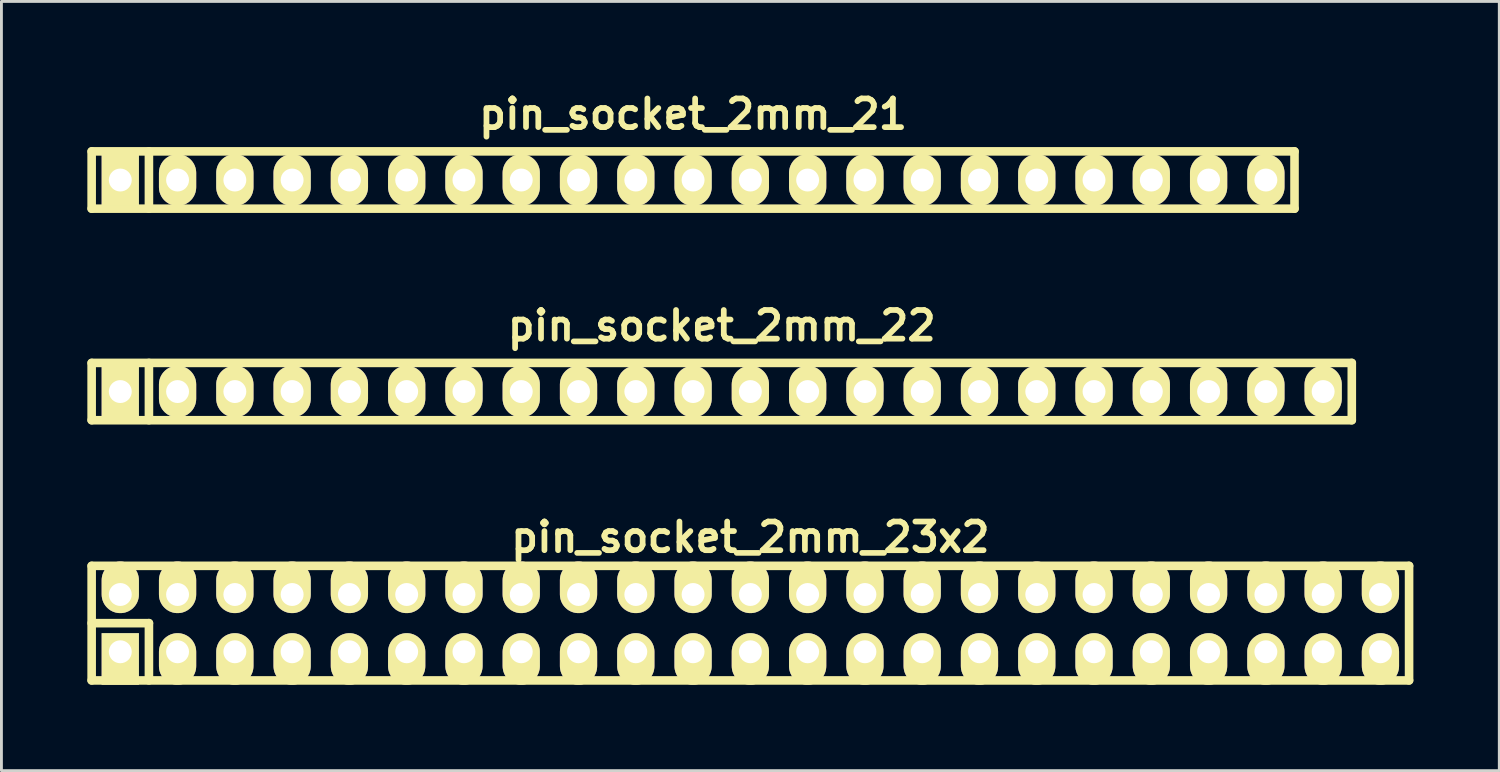
<source format=kicad_pcb>
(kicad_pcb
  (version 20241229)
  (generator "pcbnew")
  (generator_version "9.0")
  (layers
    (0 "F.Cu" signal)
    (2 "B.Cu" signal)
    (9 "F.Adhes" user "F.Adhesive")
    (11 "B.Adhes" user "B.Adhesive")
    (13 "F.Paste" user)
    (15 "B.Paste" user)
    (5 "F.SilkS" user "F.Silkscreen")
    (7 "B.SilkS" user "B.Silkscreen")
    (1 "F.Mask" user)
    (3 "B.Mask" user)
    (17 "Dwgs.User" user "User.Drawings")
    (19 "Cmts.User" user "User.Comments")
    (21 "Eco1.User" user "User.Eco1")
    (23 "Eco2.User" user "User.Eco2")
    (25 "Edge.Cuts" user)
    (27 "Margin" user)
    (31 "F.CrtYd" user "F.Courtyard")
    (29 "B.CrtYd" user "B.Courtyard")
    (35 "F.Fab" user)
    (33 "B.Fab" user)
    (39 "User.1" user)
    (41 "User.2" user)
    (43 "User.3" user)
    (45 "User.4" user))
  (footprint "pin_socket_2mm_22"
    (layer "F.Cu")
    (at 22.15 10.622)
    (property "Reference" "pin_socket_2mm_22" (at 0 -2.3 0) (layer "F.SilkS") (effects (font (size 1 1) (thickness 0.2))))
    (attr through_hole)
    (fp_line (start -22 -1) (end 22 -1) (stroke (width 0.3) (type solid)) (layer "F.SilkS"))
    (fp_line (start -22 1) (end -22 -1) (stroke (width 0.3) (type solid)) (layer "F.SilkS"))
    (fp_line (start -20 -1) (end -20 1) (stroke (width 0.3) (type solid)) (layer "F.SilkS"))
    (fp_line (start 22 -1) (end 22 1) (stroke (width 0.3) (type solid)) (layer "F.SilkS"))
    (fp_line (start 22 1) (end -22 1) (stroke (width 0.3) (type solid)) (layer "F.SilkS"))
    (pad "1" thru_hole rect (at -21 0) (size 1.3 1.8) (drill 0.8) (layers "*.Cu" "*.Mask" "F.SilkS"))
    (pad "2" thru_hole oval (at -19 0) (size 1.3 1.8) (drill 0.8) (layers "*.Cu" "*.Mask" "F.SilkS"))
    (pad "3" thru_hole oval (at -17 0) (size 1.3 1.8) (drill 0.8) (layers "*.Cu" "*.Mask" "F.SilkS"))
    (pad "4" thru_hole oval (at -15 0) (size 1.3 1.8) (drill 0.8) (layers "*.Cu" "*.Mask" "F.SilkS"))
    (pad "5" thru_hole oval (at -13 0) (size 1.3 1.8) (drill 0.8) (layers "*.Cu" "*.Mask" "F.SilkS"))
    (pad "6" thru_hole oval (at -11 0) (size 1.3 1.8) (drill 0.8) (layers "*.Cu" "*.Mask" "F.SilkS"))
    (pad "7" thru_hole oval (at -9 0) (size 1.3 1.8) (drill 0.8) (layers "*.Cu" "*.Mask" "F.SilkS"))
    (pad "8" thru_hole oval (at -7 0) (size 1.3 1.8) (drill 0.8) (layers "*.Cu" "*.Mask" "F.SilkS"))
    (pad "9" thru_hole oval (at -5 0) (size 1.3 1.8) (drill 0.8) (layers "*.Cu" "*.Mask" "F.SilkS"))
    (pad "10" thru_hole oval (at -3 0) (size 1.3 1.8) (drill 0.8) (layers "*.Cu" "*.Mask" "F.SilkS"))
    (pad "11" thru_hole oval (at -1 0) (size 1.3 1.8) (drill 0.8) (layers "*.Cu" "*.Mask" "F.SilkS"))
    (pad "12" thru_hole oval (at 1 0) (size 1.3 1.8) (drill 0.8) (layers "*.Cu" "*.Mask" "F.SilkS"))
    (pad "13" thru_hole oval (at 3 0) (size 1.3 1.8) (drill 0.8) (layers "*.Cu" "*.Mask" "F.SilkS"))
    (pad "14" thru_hole oval (at 5 0) (size 1.3 1.8) (drill 0.8) (layers "*.Cu" "*.Mask" "F.SilkS"))
    (pad "15" thru_hole oval (at 7 0) (size 1.3 1.8) (drill 0.8) (layers "*.Cu" "*.Mask" "F.SilkS"))
    (pad "16" thru_hole oval (at 9 0) (size 1.3 1.8) (drill 0.8) (layers "*.Cu" "*.Mask" "F.SilkS"))
    (pad "17" thru_hole oval (at 11 0) (size 1.3 1.8) (drill 0.8) (layers "*.Cu" "*.Mask" "F.SilkS"))
    (pad "18" thru_hole oval (at 13 0) (size 1.3 1.8) (drill 0.8) (layers "*.Cu" "*.Mask" "F.SilkS"))
    (pad "19" thru_hole oval (at 15 0) (size 1.3 1.8) (drill 0.8) (layers "*.Cu" "*.Mask" "F.SilkS"))
    (pad "20" thru_hole oval (at 17 0) (size 1.3 1.8) (drill 0.8) (layers "*.Cu" "*.Mask" "F.SilkS"))
    (pad "21" thru_hole oval (at 19 0) (size 1.3 1.8) (drill 0.8) (layers "*.Cu" "*.Mask" "F.SilkS"))
    (pad "22" thru_hole oval (at 21 0) (size 1.3 1.8) (drill 0.8) (layers "*.Cu" "*.Mask" "F.SilkS")))
  (footprint "pin_socket_2mm_23x2"
    (layer "F.Cu")
    (at 23.15 18.708)
    (property "Reference" "pin_socket_2mm_23x2" (at 0 -3 0) (layer "F.SilkS") (effects (font (size 1 1) (thickness 0.2))))
    (attr through_hole)
    (fp_line (start -23 -2) (end 23 -2) (stroke (width 0.3) (type solid)) (layer "F.SilkS"))
    (fp_line (start -23 0) (end -21 0) (stroke (width 0.3) (type solid)) (layer "F.SilkS"))
    (fp_line (start -23 2) (end -23 -2) (stroke (width 0.3) (type solid)) (layer "F.SilkS"))
    (fp_line (start -21 0) (end -21 2) (stroke (width 0.3) (type solid)) (layer "F.SilkS"))
    (fp_line (start 23 -2) (end 23 2) (stroke (width 0.3) (type solid)) (layer "F.SilkS"))
    (fp_line (start 23 2) (end -23 2) (stroke (width 0.3) (type solid)) (layer "F.SilkS"))
    (pad "1" thru_hole rect (at -22 1) (size 1.3 1.8) (drill 0.8 (offset 0 0.25)) (layers "*.Cu" "*.Mask" "F.SilkS"))
    (pad "2" thru_hole oval (at -22 -1) (size 1.3 1.8) (drill 0.8 (offset 0 -0.25)) (layers "*.Cu" "*.Mask" "F.SilkS"))
    (pad "3" thru_hole oval (at -20 1) (size 1.3 1.8) (drill 0.8 (offset 0 0.25)) (layers "*.Cu" "*.Mask" "F.SilkS"))
    (pad "4" thru_hole oval (at -20 -1) (size 1.3 1.8) (drill 0.8 (offset 0 -0.25)) (layers "*.Cu" "*.Mask" "F.SilkS"))
    (pad "5" thru_hole oval (at -18 1) (size 1.3 1.8) (drill 0.8 (offset 0 0.25)) (layers "*.Cu" "*.Mask" "F.SilkS"))
    (pad "6" thru_hole oval (at -18 -1) (size 1.3 1.8) (drill 0.8 (offset 0 -0.25)) (layers "*.Cu" "*.Mask" "F.SilkS"))
    (pad "7" thru_hole oval (at -16 1) (size 1.3 1.8) (drill 0.8 (offset 0 0.25)) (layers "*.Cu" "*.Mask" "F.SilkS"))
    (pad "8" thru_hole oval (at -16 -1) (size 1.3 1.8) (drill 0.8 (offset 0 -0.25)) (layers "*.Cu" "*.Mask" "F.SilkS"))
    (pad "9" thru_hole oval (at -14 1) (size 1.3 1.8) (drill 0.8 (offset 0 0.25)) (layers "*.Cu" "*.Mask" "F.SilkS"))
    (pad "10" thru_hole oval (at -14 -1) (size 1.3 1.8) (drill 0.8 (offset 0 -0.25)) (layers "*.Cu" "*.Mask" "F.SilkS"))
    (pad "11" thru_hole oval (at -12 1) (size 1.3 1.8) (drill 0.8 (offset 0 0.25)) (layers "*.Cu" "*.Mask" "F.SilkS"))
    (pad "12" thru_hole oval (at -12 -1) (size 1.3 1.8) (drill 0.8 (offset 0 -0.25)) (layers "*.Cu" "*.Mask" "F.SilkS"))
    (pad "13" thru_hole oval (at -10 1) (size 1.3 1.8) (drill 0.8 (offset 0 0.25)) (layers "*.Cu" "*.Mask" "F.SilkS"))
    (pad "14" thru_hole oval (at -10 -1) (size 1.3 1.8) (drill 0.8 (offset 0 -0.25)) (layers "*.Cu" "*.Mask" "F.SilkS"))
    (pad "15" thru_hole oval (at -8 1) (size 1.3 1.8) (drill 0.8 (offset 0 0.25)) (layers "*.Cu" "*.Mask" "F.SilkS"))
    (pad "16" thru_hole oval (at -8 -1) (size 1.3 1.8) (drill 0.8 (offset 0 -0.25)) (layers "*.Cu" "*.Mask" "F.SilkS"))
    (pad "17" thru_hole oval (at -6 1) (size 1.3 1.8) (drill 0.8 (offset 0 0.25)) (layers "*.Cu" "*.Mask" "F.SilkS"))
    (pad "18" thru_hole oval (at -6 -1) (size 1.3 1.8) (drill 0.8 (offset 0 -0.25)) (layers "*.Cu" "*.Mask" "F.SilkS"))
    (pad "19" thru_hole oval (at -4 1) (size 1.3 1.8) (drill 0.8 (offset 0 0.25)) (layers "*.Cu" "*.Mask" "F.SilkS"))
    (pad "20" thru_hole oval (at -4 -1) (size 1.3 1.8) (drill 0.8 (offset 0 -0.25)) (layers "*.Cu" "*.Mask" "F.SilkS"))
    (pad "21" thru_hole oval (at -2 1) (size 1.3 1.8) (drill 0.8 (offset 0 0.25)) (layers "*.Cu" "*.Mask" "F.SilkS"))
    (pad "22" thru_hole oval (at -2 -1) (size 1.3 1.8) (drill 0.8 (offset 0 -0.25)) (layers "*.Cu" "*.Mask" "F.SilkS"))
    (pad "23" thru_hole oval (at 0 1) (size 1.3 1.8) (drill 0.8 (offset 0 0.25)) (layers "*.Cu" "*.Mask" "F.SilkS"))
    (pad "24" thru_hole oval (at 0 -1) (size 1.3 1.8) (drill 0.8 (offset 0 -0.25)) (layers "*.Cu" "*.Mask" "F.SilkS"))
    (pad "25" thru_hole oval (at 2 1) (size 1.3 1.8) (drill 0.8 (offset 0 0.25)) (layers "*.Cu" "*.Mask" "F.SilkS"))
    (pad "26" thru_hole oval (at 2 -1) (size 1.3 1.8) (drill 0.8 (offset 0 -0.25)) (layers "*.Cu" "*.Mask" "F.SilkS"))
    (pad "27" thru_hole oval (at 4 1) (size 1.3 1.8) (drill 0.8 (offset 0 0.25)) (layers "*.Cu" "*.Mask" "F.SilkS"))
    (pad "28" thru_hole oval (at 4 -1) (size 1.3 1.8) (drill 0.8 (offset 0 -0.25)) (layers "*.Cu" "*.Mask" "F.SilkS"))
    (pad "29" thru_hole oval (at 6 1) (size 1.3 1.8) (drill 0.8 (offset 0 0.25)) (layers "*.Cu" "*.Mask" "F.SilkS"))
    (pad "30" thru_hole oval (at 6 -1) (size 1.3 1.8) (drill 0.8 (offset 0 -0.25)) (layers "*.Cu" "*.Mask" "F.SilkS"))
    (pad "31" thru_hole oval (at 8 1) (size 1.3 1.8) (drill 0.8 (offset 0 0.25)) (layers "*.Cu" "*.Mask" "F.SilkS"))
    (pad "32" thru_hole oval (at 8 -1) (size 1.3 1.8) (drill 0.8 (offset 0 -0.25)) (layers "*.Cu" "*.Mask" "F.SilkS"))
    (pad "33" thru_hole oval (at 10 1) (size 1.3 1.8) (drill 0.8 (offset 0 0.25)) (layers "*.Cu" "*.Mask" "F.SilkS"))
    (pad "34" thru_hole oval (at 10 -1) (size 1.3 1.8) (drill 0.8 (offset 0 -0.25)) (layers "*.Cu" "*.Mask" "F.SilkS"))
    (pad "35" thru_hole oval (at 12 1) (size 1.3 1.8) (drill 0.8 (offset 0 0.25)) (layers "*.Cu" "*.Mask" "F.SilkS"))
    (pad "36" thru_hole oval (at 12 -1) (size 1.3 1.8) (drill 0.8 (offset 0 -0.25)) (layers "*.Cu" "*.Mask" "F.SilkS"))
    (pad "37" thru_hole oval (at 14 1) (size 1.3 1.8) (drill 0.8 (offset 0 0.25)) (layers "*.Cu" "*.Mask" "F.SilkS"))
    (pad "38" thru_hole oval (at 14 -1) (size 1.3 1.8) (drill 0.8 (offset 0 -0.25)) (layers "*.Cu" "*.Mask" "F.SilkS"))
    (pad "39" thru_hole oval (at 16 1) (size 1.3 1.8) (drill 0.8 (offset 0 0.25)) (layers "*.Cu" "*.Mask" "F.SilkS"))
    (pad "40" thru_hole oval (at 16 -1) (size 1.3 1.8) (drill 0.8 (offset 0 -0.25)) (layers "*.Cu" "*.Mask" "F.SilkS"))
    (pad "41" thru_hole oval (at 18 1) (size 1.3 1.8) (drill 0.8 (offset 0 0.25)) (layers "*.Cu" "*.Mask" "F.SilkS"))
    (pad "42" thru_hole oval (at 18 -1) (size 1.3 1.8) (drill 0.8 (offset 0 -0.25)) (layers "*.Cu" "*.Mask" "F.SilkS"))
    (pad "43" thru_hole oval (at 20 1) (size 1.3 1.8) (drill 0.8 (offset 0 0.25)) (layers "*.Cu" "*.Mask" "F.SilkS"))
    (pad "44" thru_hole oval (at 20 -1) (size 1.3 1.8) (drill 0.8 (offset 0 -0.25)) (layers "*.Cu" "*.Mask" "F.SilkS"))
    (pad "45" thru_hole oval (at 22 1) (size 1.3 1.8) (drill 0.8 (offset 0 0.25)) (layers "*.Cu" "*.Mask" "F.SilkS"))
    (pad "46" thru_hole oval (at 22 -1) (size 1.3 1.8) (drill 0.8 (offset 0 -0.25)) (layers "*.Cu" "*.Mask" "F.SilkS")))
  (footprint "pin_socket_2mm_21"
    (layer "F.Cu")
    (at 21.15 3.236)
    (property "Reference" "pin_socket_2mm_21" (at 0 -2.3 0) (layer "F.SilkS") (effects (font (size 1 1) (thickness 0.2))))
    (attr through_hole)
    (fp_line (start -21 -1) (end 21 -1) (stroke (width 0.3) (type solid)) (layer "F.SilkS"))
    (fp_line (start -21 1) (end -21 -1) (stroke (width 0.3) (type solid)) (layer "F.SilkS"))
    (fp_line (start -19 -1) (end -19 1) (stroke (width 0.3) (type solid)) (layer "F.SilkS"))
    (fp_line (start 21 -1) (end 21 1) (stroke (width 0.3) (type solid)) (layer "F.SilkS"))
    (fp_line (start 21 1) (end -21 1) (stroke (width 0.3) (type solid)) (layer "F.SilkS"))
    (pad "1" thru_hole rect (at -20 0) (size 1.3 1.8) (drill 0.8) (layers "*.Cu" "*.Mask" "F.SilkS"))
    (pad "2" thru_hole oval (at -18 0) (size 1.3 1.8) (drill 0.8) (layers "*.Cu" "*.Mask" "F.SilkS"))
    (pad "3" thru_hole oval (at -16 0) (size 1.3 1.8) (drill 0.8) (layers "*.Cu" "*.Mask" "F.SilkS"))
    (pad "4" thru_hole oval (at -14 0) (size 1.3 1.8) (drill 0.8) (layers "*.Cu" "*.Mask" "F.SilkS"))
    (pad "5" thru_hole oval (at -12 0) (size 1.3 1.8) (drill 0.8) (layers "*.Cu" "*.Mask" "F.SilkS"))
    (pad "6" thru_hole oval (at -10 0) (size 1.3 1.8) (drill 0.8) (layers "*.Cu" "*.Mask" "F.SilkS"))
    (pad "7" thru_hole oval (at -8 0) (size 1.3 1.8) (drill 0.8) (layers "*.Cu" "*.Mask" "F.SilkS"))
    (pad "8" thru_hole oval (at -6 0) (size 1.3 1.8) (drill 0.8) (layers "*.Cu" "*.Mask" "F.SilkS"))
    (pad "9" thru_hole oval (at -4 0) (size 1.3 1.8) (drill 0.8) (layers "*.Cu" "*.Mask" "F.SilkS"))
    (pad "10" thru_hole oval (at -2 0) (size 1.3 1.8) (drill 0.8) (layers "*.Cu" "*.Mask" "F.SilkS"))
    (pad "11" thru_hole oval (at 0 0) (size 1.3 1.8) (drill 0.8) (layers "*.Cu" "*.Mask" "F.SilkS"))
    (pad "12" thru_hole oval (at 2 0) (size 1.3 1.8) (drill 0.8) (layers "*.Cu" "*.Mask" "F.SilkS"))
    (pad "13" thru_hole oval (at 4 0) (size 1.3 1.8) (drill 0.8) (layers "*.Cu" "*.Mask" "F.SilkS"))
    (pad "14" thru_hole oval (at 6 0) (size 1.3 1.8) (drill 0.8) (layers "*.Cu" "*.Mask" "F.SilkS"))
    (pad "15" thru_hole oval (at 8 0) (size 1.3 1.8) (drill 0.8) (layers "*.Cu" "*.Mask" "F.SilkS"))
    (pad "16" thru_hole oval (at 10 0) (size 1.3 1.8) (drill 0.8) (layers "*.Cu" "*.Mask" "F.SilkS"))
    (pad "17" thru_hole oval (at 12 0) (size 1.3 1.8) (drill 0.8) (layers "*.Cu" "*.Mask" "F.SilkS"))
    (pad "18" thru_hole oval (at 14 0) (size 1.3 1.8) (drill 0.8) (layers "*.Cu" "*.Mask" "F.SilkS"))
    (pad "19" thru_hole oval (at 16 0) (size 1.3 1.8) (drill 0.8) (layers "*.Cu" "*.Mask" "F.SilkS"))
    (pad "20" thru_hole oval (at 18 0) (size 1.3 1.8) (drill 0.8) (layers "*.Cu" "*.Mask" "F.SilkS"))
    (pad "21" thru_hole oval (at 20 0) (size 1.3 1.8) (drill 0.8) (layers "*.Cu" "*.Mask" "F.SilkS")))
  (gr_rect
    (start -3 -3)
    (end 49.3 23.858)
    (stroke (width 0.1) (type default))
    (fill no)
    (layer "Edge.Cuts")))
</source>
